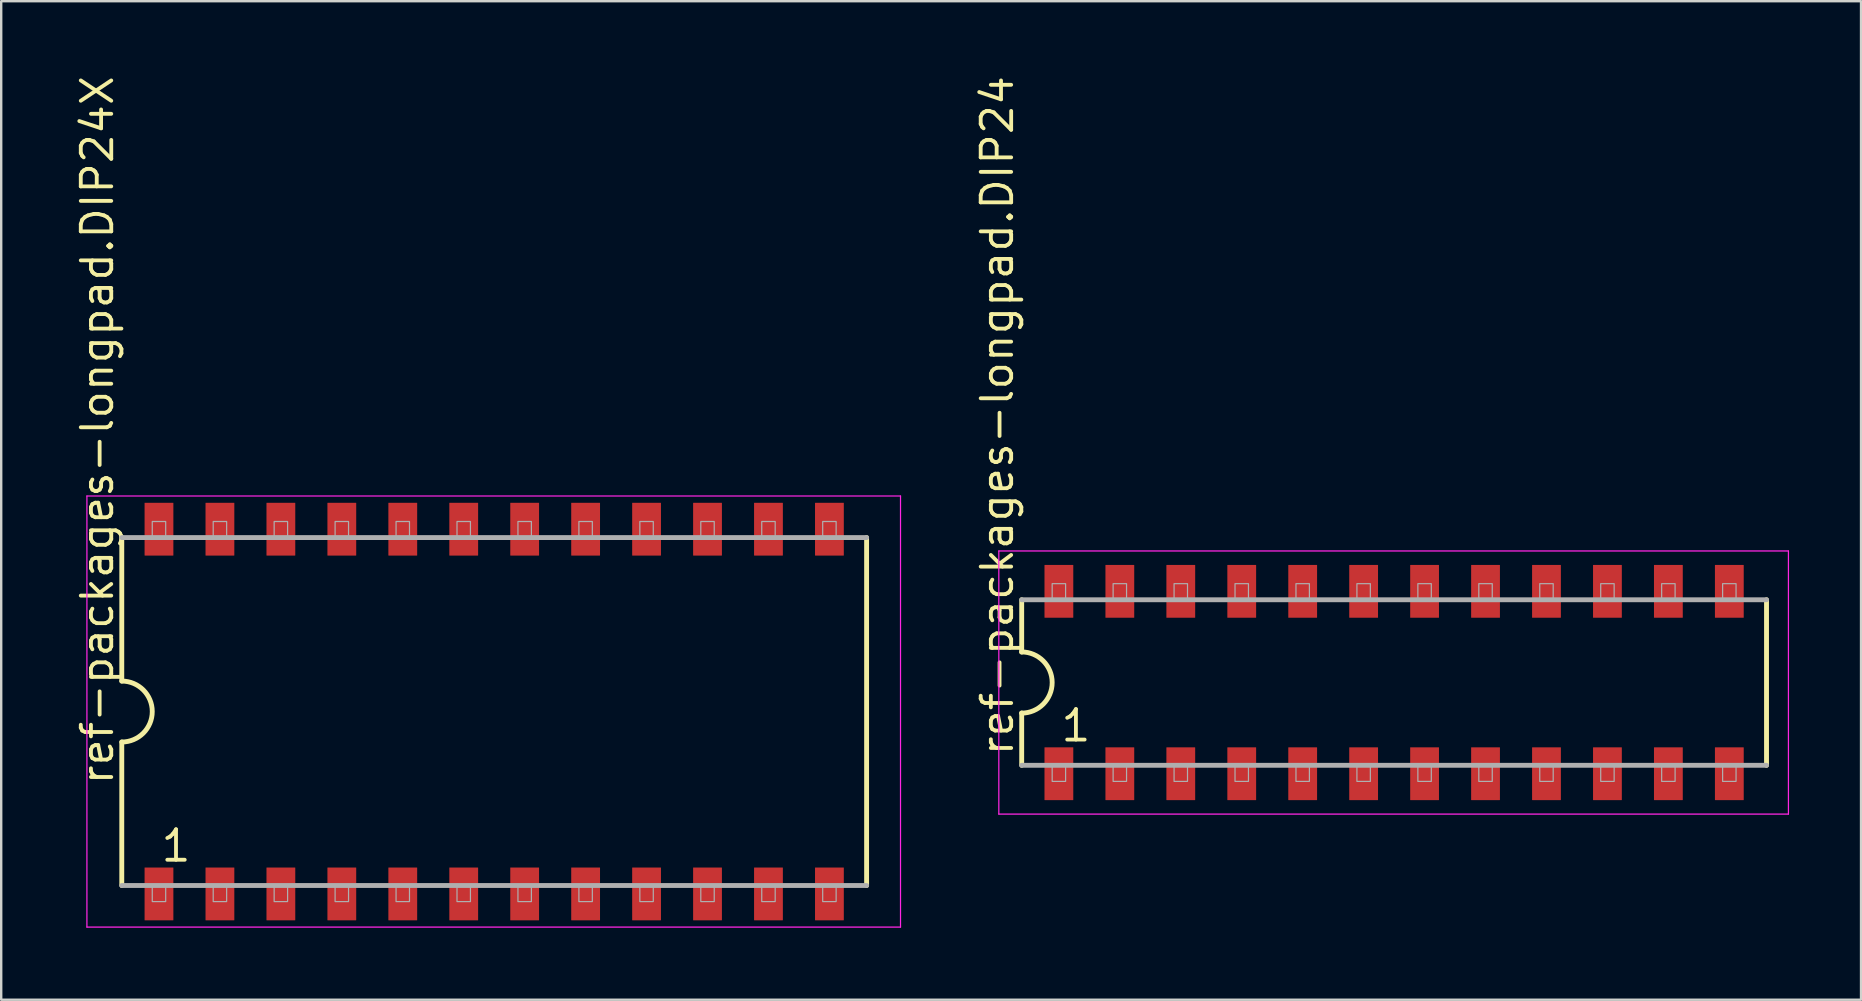
<source format=kicad_pcb>
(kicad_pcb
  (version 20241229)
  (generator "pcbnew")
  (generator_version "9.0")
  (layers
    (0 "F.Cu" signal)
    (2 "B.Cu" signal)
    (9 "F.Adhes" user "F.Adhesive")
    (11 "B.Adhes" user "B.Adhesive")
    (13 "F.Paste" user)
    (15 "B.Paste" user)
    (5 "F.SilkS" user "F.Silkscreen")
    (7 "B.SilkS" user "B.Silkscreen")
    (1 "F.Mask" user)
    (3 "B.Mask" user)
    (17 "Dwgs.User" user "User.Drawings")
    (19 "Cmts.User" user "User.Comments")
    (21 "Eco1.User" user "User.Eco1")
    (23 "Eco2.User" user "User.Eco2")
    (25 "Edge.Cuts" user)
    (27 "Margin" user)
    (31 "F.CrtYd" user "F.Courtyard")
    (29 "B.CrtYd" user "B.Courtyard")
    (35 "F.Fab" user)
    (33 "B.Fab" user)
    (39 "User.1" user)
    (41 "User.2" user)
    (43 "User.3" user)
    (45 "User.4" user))
  (footprint "ref-packages-longpad.DIP24X"
    (layer "F.Cu")
    (at 17.545 26.603)
    (property "Reference" "ref-packages-longpad.DIP24X" (at -15.795 3.135 90) (layer "F.SilkS") (effects (font (size 1.27 1.27) (thickness 0.16)) (justify left bottom)))
    (attr smd)
    (fp_line (start -15.52 -7.25) (end -15.52 -1.27) (stroke (width 0.203) (type default)) (layer "F.SilkS"))
    (fp_line (start -15.52 1.27) (end -15.52 7.25) (stroke (width 0.203) (type default)) (layer "F.SilkS"))
    (fp_line (start 15.52 7.25) (end 15.52 -7.25) (stroke (width 0.203) (type default)) (layer "F.SilkS"))
    (fp_arc (start -15.52 -1.27) (mid -14.25 0) (end -15.52 1.27) (stroke (width 0.2032) (type default)) (layer "F.SilkS"))
    (fp_line (start -16.973 -8.983) (end 16.933 -8.983) (stroke (width 0.051) (type default)) (layer "F.CrtYd"))
    (fp_line (start -16.973 8.983) (end -16.973 -8.983) (stroke (width 0.051) (type default)) (layer "F.CrtYd"))
    (fp_line (start 16.933 -8.983) (end 16.933 8.983) (stroke (width 0.051) (type default)) (layer "F.CrtYd"))
    (fp_line (start 16.933 8.983) (end -16.973 8.983) (stroke (width 0.051) (type default)) (layer "F.CrtYd"))
    (fp_line (start -15.52 7.25) (end 15.52 7.25) (stroke (width 0.203) (type default)) (layer "F.Fab"))
    (fp_line (start 15.52 -7.25) (end -15.52 -7.25) (stroke (width 0.203) (type default)) (layer "F.Fab"))
    (fp_rect (start -14.25 -7.25) (end -13.69 -7.92) (stroke (width 0.05) (type default)) (fill no) (layer "F.Fab"))
    (fp_rect (start -14.25 7.92) (end -13.69 7.25) (stroke (width 0.05) (type default)) (fill no) (layer "F.Fab"))
    (fp_rect (start -11.71 -7.25) (end -11.15 -7.92) (stroke (width 0.05) (type default)) (fill no) (layer "F.Fab"))
    (fp_rect (start -11.71 7.92) (end -11.15 7.25) (stroke (width 0.05) (type default)) (fill no) (layer "F.Fab"))
    (fp_rect (start -9.17 -7.25) (end -8.61 -7.92) (stroke (width 0.05) (type default)) (fill no) (layer "F.Fab"))
    (fp_rect (start -9.17 7.92) (end -8.61 7.25) (stroke (width 0.05) (type default)) (fill no) (layer "F.Fab"))
    (fp_rect (start -6.63 -7.25) (end -6.07 -7.92) (stroke (width 0.05) (type default)) (fill no) (layer "F.Fab"))
    (fp_rect (start -6.63 7.92) (end -6.07 7.25) (stroke (width 0.05) (type default)) (fill no) (layer "F.Fab"))
    (fp_rect (start -4.09 -7.25) (end -3.53 -7.92) (stroke (width 0.05) (type default)) (fill no) (layer "F.Fab"))
    (fp_rect (start -4.09 7.92) (end -3.53 7.25) (stroke (width 0.05) (type default)) (fill no) (layer "F.Fab"))
    (fp_rect (start -1.55 -7.25) (end -0.99 -7.92) (stroke (width 0.05) (type default)) (fill no) (layer "F.Fab"))
    (fp_rect (start -1.55 7.92) (end -0.99 7.25) (stroke (width 0.05) (type default)) (fill no) (layer "F.Fab"))
    (fp_rect (start 0.99 -7.25) (end 1.55 -7.92) (stroke (width 0.05) (type default)) (fill no) (layer "F.Fab"))
    (fp_rect (start 0.99 7.92) (end 1.55 7.25) (stroke (width 0.05) (type default)) (fill no) (layer "F.Fab"))
    (fp_rect (start 3.53 -7.25) (end 4.09 -7.92) (stroke (width 0.05) (type default)) (fill no) (layer "F.Fab"))
    (fp_rect (start 3.53 7.92) (end 4.09 7.25) (stroke (width 0.05) (type default)) (fill no) (layer "F.Fab"))
    (fp_rect (start 6.07 -7.25) (end 6.63 -7.92) (stroke (width 0.05) (type default)) (fill no) (layer "F.Fab"))
    (fp_rect (start 6.07 7.92) (end 6.63 7.25) (stroke (width 0.05) (type default)) (fill no) (layer "F.Fab"))
    (fp_rect (start 8.61 -7.25) (end 9.17 -7.92) (stroke (width 0.05) (type default)) (fill no) (layer "F.Fab"))
    (fp_rect (start 8.61 7.92) (end 9.17 7.25) (stroke (width 0.05) (type default)) (fill no) (layer "F.Fab"))
    (fp_rect (start 11.15 -7.25) (end 11.71 -7.92) (stroke (width 0.05) (type default)) (fill no) (layer "F.Fab"))
    (fp_rect (start 11.15 7.92) (end 11.71 7.25) (stroke (width 0.05) (type default)) (fill no) (layer "F.Fab"))
    (fp_rect (start 13.69 -7.25) (end 14.25 -7.92) (stroke (width 0.05) (type default)) (fill no) (layer "F.Fab"))
    (fp_rect (start 13.69 7.92) (end 14.25 7.25) (stroke (width 0.05) (type default)) (fill no) (layer "F.Fab"))
    (fp_text user "1" (at -13.97 6.34 0) (layer "F.SilkS") (effects (font (size 1.27 1.27) (thickness 0.16)) (justify left bottom)))
    (pad "1" smd roundrect (at -13.97 7.6) (size 1.2 2.2) (layers "F.Cu" "F.Mask" "F.Paste") (roundrect_rratio 0.01))
    (pad "2" smd roundrect (at -11.43 7.6) (size 1.2 2.2) (layers "F.Cu" "F.Mask" "F.Paste") (roundrect_rratio 0.01))
    (pad "3" smd roundrect (at -8.89 7.6) (size 1.2 2.2) (layers "F.Cu" "F.Mask" "F.Paste") (roundrect_rratio 0.01))
    (pad "4" smd roundrect (at -6.35 7.6) (size 1.2 2.2) (layers "F.Cu" "F.Mask" "F.Paste") (roundrect_rratio 0.01))
    (pad "5" smd roundrect (at -3.81 7.6) (size 1.2 2.2) (layers "F.Cu" "F.Mask" "F.Paste") (roundrect_rratio 0.01))
    (pad "6" smd roundrect (at -1.27 7.6) (size 1.2 2.2) (layers "F.Cu" "F.Mask" "F.Paste") (roundrect_rratio 0.01))
    (pad "7" smd roundrect (at 1.27 7.6) (size 1.2 2.2) (layers "F.Cu" "F.Mask" "F.Paste") (roundrect_rratio 0.01))
    (pad "8" smd roundrect (at 3.81 7.6) (size 1.2 2.2) (layers "F.Cu" "F.Mask" "F.Paste") (roundrect_rratio 0.01))
    (pad "9" smd roundrect (at 6.35 7.6) (size 1.2 2.2) (layers "F.Cu" "F.Mask" "F.Paste") (roundrect_rratio 0.01))
    (pad "10" smd roundrect (at 8.89 7.6) (size 1.2 2.2) (layers "F.Cu" "F.Mask" "F.Paste") (roundrect_rratio 0.01))
    (pad "11" smd roundrect (at 11.43 7.6) (size 1.2 2.2) (layers "F.Cu" "F.Mask" "F.Paste") (roundrect_rratio 0.01))
    (pad "12" smd roundrect (at 13.97 7.6) (size 1.2 2.2) (layers "F.Cu" "F.Mask" "F.Paste") (roundrect_rratio 0.01))
    (pad "13" smd roundrect (at 13.97 -7.6) (size 1.2 2.2) (layers "F.Cu" "F.Mask" "F.Paste") (roundrect_rratio 0.01))
    (pad "14" smd roundrect (at 11.43 -7.6) (size 1.2 2.2) (layers "F.Cu" "F.Mask" "F.Paste") (roundrect_rratio 0.01))
    (pad "15" smd roundrect (at 8.89 -7.6) (size 1.2 2.2) (layers "F.Cu" "F.Mask" "F.Paste") (roundrect_rratio 0.01))
    (pad "16" smd roundrect (at 6.35 -7.6) (size 1.2 2.2) (layers "F.Cu" "F.Mask" "F.Paste") (roundrect_rratio 0.01))
    (pad "17" smd roundrect (at 3.81 -7.6) (size 1.2 2.2) (layers "F.Cu" "F.Mask" "F.Paste") (roundrect_rratio 0.01))
    (pad "18" smd roundrect (at 1.27 -7.6) (size 1.2 2.2) (layers "F.Cu" "F.Mask" "F.Paste") (roundrect_rratio 0.01))
    (pad "19" smd roundrect (at -1.27 -7.6) (size 1.2 2.2) (layers "F.Cu" "F.Mask" "F.Paste") (roundrect_rratio 0.01))
    (pad "20" smd roundrect (at -3.81 -7.6) (size 1.2 2.2) (layers "F.Cu" "F.Mask" "F.Paste") (roundrect_rratio 0.01))
    (pad "21" smd roundrect (at -6.35 -7.6) (size 1.2 2.2) (layers "F.Cu" "F.Mask" "F.Paste") (roundrect_rratio 0.01))
    (pad "22" smd roundrect (at -8.89 -7.6) (size 1.2 2.2) (layers "F.Cu" "F.Mask" "F.Paste") (roundrect_rratio 0.01))
    (pad "23" smd roundrect (at -11.43 -7.6) (size 1.2 2.2) (layers "F.Cu" "F.Mask" "F.Paste") (roundrect_rratio 0.01))
    (pad "24" smd roundrect (at -13.97 -7.6) (size 1.2 2.2) (layers "F.Cu" "F.Mask" "F.Paste") (roundrect_rratio 0.01)))
  (footprint "ref-packages-longpad.DIP24"
    (layer "F.Cu")
    (at 55.048 25.394)
    (property "Reference" "ref-packages-longpad.DIP24" (at -15.795 3.135 90) (layer "F.SilkS") (effects (font (size 1.27 1.27) (thickness 0.16)) (justify left bottom)))
    (attr smd)
    (fp_line (start -15.52 -3.45) (end -15.52 -1.27) (stroke (width 0.203) (type default)) (layer "F.SilkS"))
    (fp_line (start -15.52 1.27) (end -15.52 3.45) (stroke (width 0.203) (type default)) (layer "F.SilkS"))
    (fp_line (start 15.52 3.45) (end 15.52 -3.45) (stroke (width 0.203) (type default)) (layer "F.SilkS"))
    (fp_arc (start -15.525 -1.275) (mid -14.25 0) (end -15.525 1.275) (stroke (width 0.2032) (type default)) (layer "F.SilkS"))
    (fp_line (start -16.473 -5.483) (end 16.433 -5.483) (stroke (width 0.051) (type default)) (layer "F.CrtYd"))
    (fp_line (start -16.473 5.483) (end -16.473 -5.483) (stroke (width 0.051) (type default)) (layer "F.CrtYd"))
    (fp_line (start 16.433 -5.483) (end 16.433 5.483) (stroke (width 0.051) (type default)) (layer "F.CrtYd"))
    (fp_line (start 16.433 5.483) (end -16.473 5.483) (stroke (width 0.051) (type default)) (layer "F.CrtYd"))
    (fp_line (start -15.52 3.45) (end 15.52 3.45) (stroke (width 0.203) (type default)) (layer "F.Fab"))
    (fp_line (start 15.52 -3.45) (end -15.52 -3.45) (stroke (width 0.203) (type default)) (layer "F.Fab"))
    (fp_rect (start -14.25 -3.45) (end -13.69 -4.12) (stroke (width 0.05) (type default)) (fill no) (layer "F.Fab"))
    (fp_rect (start -14.25 4.12) (end -13.69 3.45) (stroke (width 0.05) (type default)) (fill no) (layer "F.Fab"))
    (fp_rect (start -11.71 -3.45) (end -11.15 -4.12) (stroke (width 0.05) (type default)) (fill no) (layer "F.Fab"))
    (fp_rect (start -11.71 4.12) (end -11.15 3.45) (stroke (width 0.05) (type default)) (fill no) (layer "F.Fab"))
    (fp_rect (start -9.17 -3.45) (end -8.61 -4.12) (stroke (width 0.05) (type default)) (fill no) (layer "F.Fab"))
    (fp_rect (start -9.17 4.12) (end -8.61 3.45) (stroke (width 0.05) (type default)) (fill no) (layer "F.Fab"))
    (fp_rect (start -6.63 -3.45) (end -6.07 -4.12) (stroke (width 0.05) (type default)) (fill no) (layer "F.Fab"))
    (fp_rect (start -6.63 4.12) (end -6.07 3.45) (stroke (width 0.05) (type default)) (fill no) (layer "F.Fab"))
    (fp_rect (start -4.09 -3.45) (end -3.53 -4.12) (stroke (width 0.05) (type default)) (fill no) (layer "F.Fab"))
    (fp_rect (start -4.09 4.12) (end -3.53 3.45) (stroke (width 0.05) (type default)) (fill no) (layer "F.Fab"))
    (fp_rect (start -1.55 -3.45) (end -0.99 -4.12) (stroke (width 0.05) (type default)) (fill no) (layer "F.Fab"))
    (fp_rect (start -1.55 4.12) (end -0.99 3.45) (stroke (width 0.05) (type default)) (fill no) (layer "F.Fab"))
    (fp_rect (start 0.99 -3.45) (end 1.55 -4.12) (stroke (width 0.05) (type default)) (fill no) (layer "F.Fab"))
    (fp_rect (start 0.99 4.12) (end 1.55 3.45) (stroke (width 0.05) (type default)) (fill no) (layer "F.Fab"))
    (fp_rect (start 3.53 -3.45) (end 4.09 -4.12) (stroke (width 0.05) (type default)) (fill no) (layer "F.Fab"))
    (fp_rect (start 3.53 4.12) (end 4.09 3.45) (stroke (width 0.05) (type default)) (fill no) (layer "F.Fab"))
    (fp_rect (start 6.07 -3.45) (end 6.63 -4.12) (stroke (width 0.05) (type default)) (fill no) (layer "F.Fab"))
    (fp_rect (start 6.07 4.12) (end 6.63 3.45) (stroke (width 0.05) (type default)) (fill no) (layer "F.Fab"))
    (fp_rect (start 8.61 -3.45) (end 9.17 -4.12) (stroke (width 0.05) (type default)) (fill no) (layer "F.Fab"))
    (fp_rect (start 8.61 4.12) (end 9.17 3.45) (stroke (width 0.05) (type default)) (fill no) (layer "F.Fab"))
    (fp_rect (start 11.15 -3.45) (end 11.71 -4.12) (stroke (width 0.05) (type default)) (fill no) (layer "F.Fab"))
    (fp_rect (start 11.15 4.12) (end 11.71 3.45) (stroke (width 0.05) (type default)) (fill no) (layer "F.Fab"))
    (fp_rect (start 13.69 -3.45) (end 14.25 -4.12) (stroke (width 0.05) (type default)) (fill no) (layer "F.Fab"))
    (fp_rect (start 13.69 4.12) (end 14.25 3.45) (stroke (width 0.05) (type default)) (fill no) (layer "F.Fab"))
    (fp_text user "1" (at -13.97 2.54 0) (layer "F.SilkS") (effects (font (size 1.27 1.27) (thickness 0.16)) (justify left bottom)))
    (pad "1" smd roundrect (at -13.97 3.8) (size 1.2 2.2) (layers "F.Cu" "F.Mask" "F.Paste") (roundrect_rratio 0.01))
    (pad "2" smd roundrect (at -11.43 3.8) (size 1.2 2.2) (layers "F.Cu" "F.Mask" "F.Paste") (roundrect_rratio 0.01))
    (pad "3" smd roundrect (at -8.89 3.8) (size 1.2 2.2) (layers "F.Cu" "F.Mask" "F.Paste") (roundrect_rratio 0.01))
    (pad "4" smd roundrect (at -6.35 3.8) (size 1.2 2.2) (layers "F.Cu" "F.Mask" "F.Paste") (roundrect_rratio 0.01))
    (pad "5" smd roundrect (at -3.81 3.8) (size 1.2 2.2) (layers "F.Cu" "F.Mask" "F.Paste") (roundrect_rratio 0.01))
    (pad "6" smd roundrect (at -1.27 3.8) (size 1.2 2.2) (layers "F.Cu" "F.Mask" "F.Paste") (roundrect_rratio 0.01))
    (pad "7" smd roundrect (at 1.27 3.8) (size 1.2 2.2) (layers "F.Cu" "F.Mask" "F.Paste") (roundrect_rratio 0.01))
    (pad "8" smd roundrect (at 3.81 3.8) (size 1.2 2.2) (layers "F.Cu" "F.Mask" "F.Paste") (roundrect_rratio 0.01))
    (pad "9" smd roundrect (at 6.35 3.8) (size 1.2 2.2) (layers "F.Cu" "F.Mask" "F.Paste") (roundrect_rratio 0.01))
    (pad "10" smd roundrect (at 8.89 3.8) (size 1.2 2.2) (layers "F.Cu" "F.Mask" "F.Paste") (roundrect_rratio 0.01))
    (pad "11" smd roundrect (at 11.43 3.8) (size 1.2 2.2) (layers "F.Cu" "F.Mask" "F.Paste") (roundrect_rratio 0.01))
    (pad "12" smd roundrect (at 13.97 3.8) (size 1.2 2.2) (layers "F.Cu" "F.Mask" "F.Paste") (roundrect_rratio 0.01))
    (pad "13" smd roundrect (at 13.97 -3.8) (size 1.2 2.2) (layers "F.Cu" "F.Mask" "F.Paste") (roundrect_rratio 0.01))
    (pad "14" smd roundrect (at 11.43 -3.8) (size 1.2 2.2) (layers "F.Cu" "F.Mask" "F.Paste") (roundrect_rratio 0.01))
    (pad "15" smd roundrect (at 8.89 -3.8) (size 1.2 2.2) (layers "F.Cu" "F.Mask" "F.Paste") (roundrect_rratio 0.01))
    (pad "16" smd roundrect (at 6.35 -3.8) (size 1.2 2.2) (layers "F.Cu" "F.Mask" "F.Paste") (roundrect_rratio 0.01))
    (pad "17" smd roundrect (at 3.81 -3.8) (size 1.2 2.2) (layers "F.Cu" "F.Mask" "F.Paste") (roundrect_rratio 0.01))
    (pad "18" smd roundrect (at 1.27 -3.8) (size 1.2 2.2) (layers "F.Cu" "F.Mask" "F.Paste") (roundrect_rratio 0.01))
    (pad "19" smd roundrect (at -1.27 -3.8) (size 1.2 2.2) (layers "F.Cu" "F.Mask" "F.Paste") (roundrect_rratio 0.01))
    (pad "20" smd roundrect (at -3.81 -3.8) (size 1.2 2.2) (layers "F.Cu" "F.Mask" "F.Paste") (roundrect_rratio 0.01))
    (pad "21" smd roundrect (at -6.35 -3.8) (size 1.2 2.2) (layers "F.Cu" "F.Mask" "F.Paste") (roundrect_rratio 0.01))
    (pad "22" smd roundrect (at -8.89 -3.8) (size 1.2 2.2) (layers "F.Cu" "F.Mask" "F.Paste") (roundrect_rratio 0.01))
    (pad "23" smd roundrect (at -11.43 -3.8) (size 1.2 2.2) (layers "F.Cu" "F.Mask" "F.Paste") (roundrect_rratio 0.01))
    (pad "24" smd roundrect (at -13.97 -3.8) (size 1.2 2.2) (layers "F.Cu" "F.Mask" "F.Paste") (roundrect_rratio 0.01)))
  (gr_rect
    (start -3 -3)
    (end 74.507 38.612)
    (stroke (width 0.1) (type default))
    (fill no)
    (layer "Edge.Cuts")))
</source>
